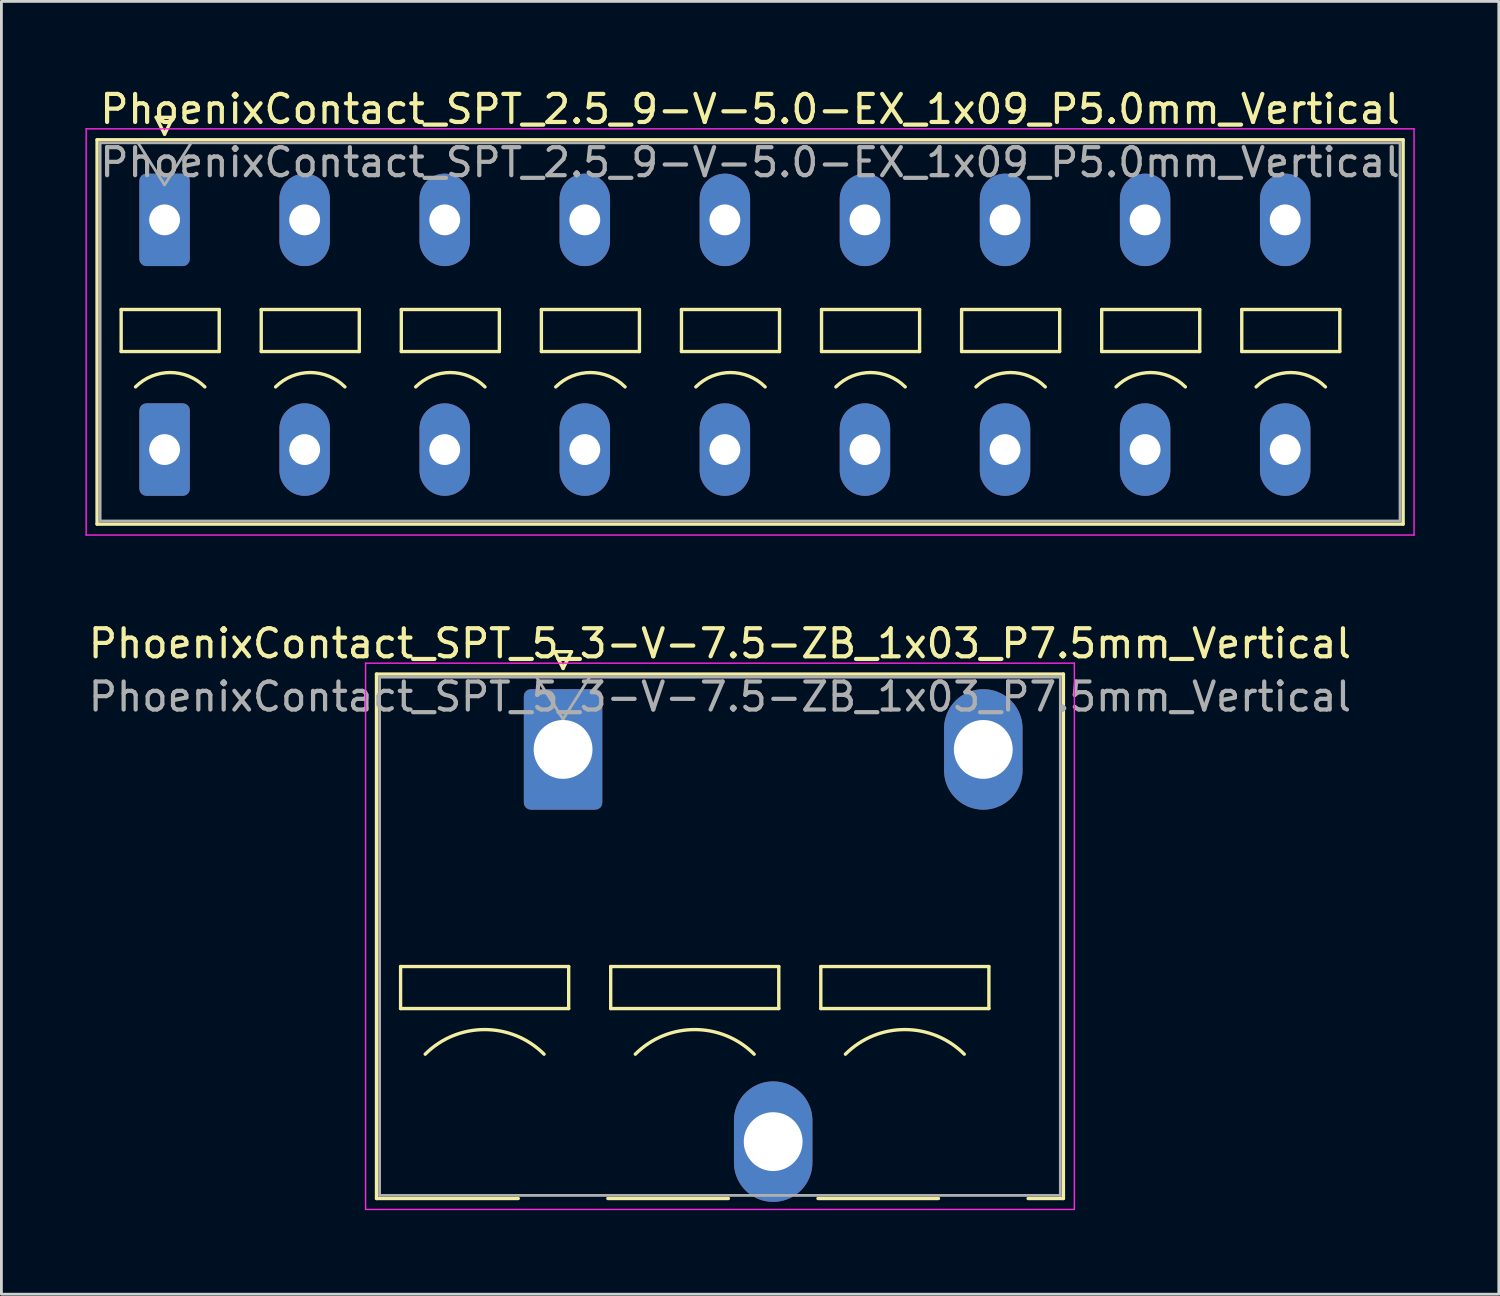
<source format=kicad_pcb>
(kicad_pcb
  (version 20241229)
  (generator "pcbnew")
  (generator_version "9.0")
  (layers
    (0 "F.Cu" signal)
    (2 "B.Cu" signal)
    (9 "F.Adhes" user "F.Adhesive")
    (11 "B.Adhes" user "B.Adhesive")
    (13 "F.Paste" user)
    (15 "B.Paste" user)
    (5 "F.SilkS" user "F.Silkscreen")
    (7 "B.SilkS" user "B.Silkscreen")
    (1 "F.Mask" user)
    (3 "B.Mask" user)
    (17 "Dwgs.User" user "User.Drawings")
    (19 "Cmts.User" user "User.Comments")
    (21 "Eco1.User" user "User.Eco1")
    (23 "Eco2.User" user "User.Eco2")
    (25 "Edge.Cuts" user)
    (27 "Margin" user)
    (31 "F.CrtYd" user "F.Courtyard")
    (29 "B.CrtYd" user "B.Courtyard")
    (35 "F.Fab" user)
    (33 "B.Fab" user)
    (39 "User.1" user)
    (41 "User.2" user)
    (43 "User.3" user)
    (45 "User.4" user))
  (footprint "PhoenixContact_SPT_2.5_9-V-5.0-EX_1x09_P5.0mm_Vertical"
    (layer "F.Cu")
    (at 2.825 4.798)
    (property "Reference" "PhoenixContact_SPT_2.5_9-V-5.0-EX_1x09_P5.0mm_Vertical" (at 20.9 -3.95 0) (layer "F.SilkS") (effects (font (size 1 1) (thickness 0.15))))
    (attr through_hole)
    (fp_line (start -2.41 -2.86) (end 44.21 -2.86) (stroke (width 0.12) (type solid)) (layer "F.SilkS"))
    (fp_line (start -2.41 10.86) (end -2.41 -2.86) (stroke (width 0.12) (type solid)) (layer "F.SilkS"))
    (fp_line (start -1.55 3.2) (end -1.55 4.7) (stroke (width 0.12) (type solid)) (layer "F.SilkS"))
    (fp_line (start -1.55 4.7) (end 1.95 4.7) (stroke (width 0.12) (type solid)) (layer "F.SilkS"))
    (fp_line (start -0.3 -3.66) (end 0 -3.06) (stroke (width 0.12) (type solid)) (layer "F.SilkS"))
    (fp_line (start -0.3 -3.66) (end 0.3 -3.66) (stroke (width 0.12) (type solid)) (layer "F.SilkS"))
    (fp_line (start 0.3 -3.66) (end 0 -3.06) (stroke (width 0.12) (type solid)) (layer "F.SilkS"))
    (fp_line (start 1.95 3.2) (end -1.55 3.2) (stroke (width 0.12) (type solid)) (layer "F.SilkS"))
    (fp_line (start 1.95 4.7) (end 1.95 3.2) (stroke (width 0.12) (type solid)) (layer "F.SilkS"))
    (fp_line (start 3.45 3.2) (end 3.45 4.7) (stroke (width 0.12) (type solid)) (layer "F.SilkS"))
    (fp_line (start 3.45 4.7) (end 6.95 4.7) (stroke (width 0.12) (type solid)) (layer "F.SilkS"))
    (fp_line (start 6.95 3.2) (end 3.45 3.2) (stroke (width 0.12) (type solid)) (layer "F.SilkS"))
    (fp_line (start 6.95 4.7) (end 6.95 3.2) (stroke (width 0.12) (type solid)) (layer "F.SilkS"))
    (fp_line (start 8.45 3.2) (end 8.45 4.7) (stroke (width 0.12) (type solid)) (layer "F.SilkS"))
    (fp_line (start 8.45 4.7) (end 11.95 4.7) (stroke (width 0.12) (type solid)) (layer "F.SilkS"))
    (fp_line (start 11.95 3.2) (end 8.45 3.2) (stroke (width 0.12) (type solid)) (layer "F.SilkS"))
    (fp_line (start 11.95 4.7) (end 11.95 3.2) (stroke (width 0.12) (type solid)) (layer "F.SilkS"))
    (fp_line (start 13.45 3.2) (end 13.45 4.7) (stroke (width 0.12) (type solid)) (layer "F.SilkS"))
    (fp_line (start 13.45 4.7) (end 16.95 4.7) (stroke (width 0.12) (type solid)) (layer "F.SilkS"))
    (fp_line (start 16.95 3.2) (end 13.45 3.2) (stroke (width 0.12) (type solid)) (layer "F.SilkS"))
    (fp_line (start 16.95 4.7) (end 16.95 3.2) (stroke (width 0.12) (type solid)) (layer "F.SilkS"))
    (fp_line (start 18.45 3.2) (end 18.45 4.7) (stroke (width 0.12) (type solid)) (layer "F.SilkS"))
    (fp_line (start 18.45 4.7) (end 21.95 4.7) (stroke (width 0.12) (type solid)) (layer "F.SilkS"))
    (fp_line (start 21.95 3.2) (end 18.45 3.2) (stroke (width 0.12) (type solid)) (layer "F.SilkS"))
    (fp_line (start 21.95 4.7) (end 21.95 3.2) (stroke (width 0.12) (type solid)) (layer "F.SilkS"))
    (fp_line (start 23.45 3.2) (end 23.45 4.7) (stroke (width 0.12) (type solid)) (layer "F.SilkS"))
    (fp_line (start 23.45 4.7) (end 26.95 4.7) (stroke (width 0.12) (type solid)) (layer "F.SilkS"))
    (fp_line (start 26.95 3.2) (end 23.45 3.2) (stroke (width 0.12) (type solid)) (layer "F.SilkS"))
    (fp_line (start 26.95 4.7) (end 26.95 3.2) (stroke (width 0.12) (type solid)) (layer "F.SilkS"))
    (fp_line (start 28.45 3.2) (end 28.45 4.7) (stroke (width 0.12) (type solid)) (layer "F.SilkS"))
    (fp_line (start 28.45 4.7) (end 31.95 4.7) (stroke (width 0.12) (type solid)) (layer "F.SilkS"))
    (fp_line (start 31.95 3.2) (end 28.45 3.2) (stroke (width 0.12) (type solid)) (layer "F.SilkS"))
    (fp_line (start 31.95 4.7) (end 31.95 3.2) (stroke (width 0.12) (type solid)) (layer "F.SilkS"))
    (fp_line (start 33.45 3.2) (end 33.45 4.7) (stroke (width 0.12) (type solid)) (layer "F.SilkS"))
    (fp_line (start 33.45 4.7) (end 36.95 4.7) (stroke (width 0.12) (type solid)) (layer "F.SilkS"))
    (fp_line (start 36.95 3.2) (end 33.45 3.2) (stroke (width 0.12) (type solid)) (layer "F.SilkS"))
    (fp_line (start 36.95 4.7) (end 36.95 3.2) (stroke (width 0.12) (type solid)) (layer "F.SilkS"))
    (fp_line (start 38.45 3.2) (end 38.45 4.7) (stroke (width 0.12) (type solid)) (layer "F.SilkS"))
    (fp_line (start 38.45 4.7) (end 41.95 4.7) (stroke (width 0.12) (type solid)) (layer "F.SilkS"))
    (fp_line (start 41.95 3.2) (end 38.45 3.2) (stroke (width 0.12) (type solid)) (layer "F.SilkS"))
    (fp_line (start 41.95 4.7) (end 41.95 3.2) (stroke (width 0.12) (type solid)) (layer "F.SilkS"))
    (fp_line (start 44.21 -2.86) (end 44.21 10.86) (stroke (width 0.12) (type solid)) (layer "F.SilkS"))
    (fp_line (start 44.21 10.86) (end -2.41 10.86) (stroke (width 0.12) (type solid)) (layer "F.SilkS"))
    (fp_arc (start -1.037437 5.962563) (mid 0.2 5.45) (end 1.437437 5.962563) (stroke (width 0.12) (type solid)) (layer "F.SilkS"))
    (fp_arc (start 3.962563 5.962563) (mid 5.2 5.45) (end 6.437437 5.962563) (stroke (width 0.12) (type solid)) (layer "F.SilkS"))
    (fp_arc (start 8.962563 5.962563) (mid 10.2 5.45) (end 11.437437 5.962563) (stroke (width 0.12) (type solid)) (layer "F.SilkS"))
    (fp_arc (start 13.962563 5.962563) (mid 15.2 5.45) (end 16.437437 5.962563) (stroke (width 0.12) (type solid)) (layer "F.SilkS"))
    (fp_arc (start 18.962563 5.962563) (mid 20.2 5.45) (end 21.437437 5.962563) (stroke (width 0.12) (type solid)) (layer "F.SilkS"))
    (fp_arc (start 23.962563 5.962563) (mid 25.2 5.45) (end 26.437437 5.962563) (stroke (width 0.12) (type solid)) (layer "F.SilkS"))
    (fp_arc (start 28.962563 5.962563) (mid 30.2 5.45) (end 31.437437 5.962563) (stroke (width 0.12) (type solid)) (layer "F.SilkS"))
    (fp_arc (start 33.962563 5.962563) (mid 35.2 5.45) (end 36.437437 5.962563) (stroke (width 0.12) (type solid)) (layer "F.SilkS"))
    (fp_arc (start 38.962563 5.962563) (mid 40.2 5.45) (end 41.437437 5.962563) (stroke (width 0.12) (type solid)) (layer "F.SilkS"))
    (fp_line (start -2.8 -3.25) (end -2.8 11.25) (stroke (width 0.05) (type solid)) (layer "F.CrtYd"))
    (fp_line (start -2.8 11.25) (end 44.6 11.25) (stroke (width 0.05) (type solid)) (layer "F.CrtYd"))
    (fp_line (start 44.6 -3.25) (end -2.8 -3.25) (stroke (width 0.05) (type solid)) (layer "F.CrtYd"))
    (fp_line (start 44.6 11.25) (end 44.6 -3.25) (stroke (width 0.05) (type solid)) (layer "F.CrtYd"))
    (fp_line (start -2.3 -2.75) (end -2.3 10.75) (stroke (width 0.1) (type solid)) (layer "F.Fab"))
    (fp_line (start -2.3 10.75) (end 44.1 10.75) (stroke (width 0.1) (type solid)) (layer "F.Fab"))
    (fp_line (start -0.95 -2.75) (end 0 -1.25) (stroke (width 0.1) (type solid)) (layer "F.Fab"))
    (fp_line (start 0.95 -2.75) (end 0 -1.25) (stroke (width 0.1) (type solid)) (layer "F.Fab"))
    (fp_line (start 44.1 -2.75) (end -2.3 -2.75) (stroke (width 0.1) (type solid)) (layer "F.Fab"))
    (fp_line (start 44.1 10.75) (end 44.1 -2.75) (stroke (width 0.1) (type solid)) (layer "F.Fab"))
    (fp_text user "${REFERENCE}" (at 20.9 -2.05 0) (layer "F.Fab") (effects (font (size 1 1) (thickness 0.15))))
    (pad "1" thru_hole roundrect (at 0 0) (size 1.8 3.3) (drill 1.1) (layers "*.Cu" "*.Mask") (roundrect_rratio 0.139))
    (pad "1" thru_hole roundrect (at 0 8.2) (size 1.8 3.3) (drill 1.1) (layers "*.Cu" "*.Mask") (roundrect_rratio 0.139))
    (pad "2" thru_hole oval (at 5 0) (size 1.8 3.3) (drill 1.1) (layers "*.Cu" "*.Mask"))
    (pad "2" thru_hole oval (at 5 8.2) (size 1.8 3.3) (drill 1.1) (layers "*.Cu" "*.Mask"))
    (pad "3" thru_hole oval (at 10 0) (size 1.8 3.3) (drill 1.1) (layers "*.Cu" "*.Mask"))
    (pad "3" thru_hole oval (at 10 8.2) (size 1.8 3.3) (drill 1.1) (layers "*.Cu" "*.Mask"))
    (pad "4" thru_hole oval (at 15 0) (size 1.8 3.3) (drill 1.1) (layers "*.Cu" "*.Mask"))
    (pad "4" thru_hole oval (at 15 8.2) (size 1.8 3.3) (drill 1.1) (layers "*.Cu" "*.Mask"))
    (pad "5" thru_hole oval (at 20 0) (size 1.8 3.3) (drill 1.1) (layers "*.Cu" "*.Mask"))
    (pad "5" thru_hole oval (at 20 8.2) (size 1.8 3.3) (drill 1.1) (layers "*.Cu" "*.Mask"))
    (pad "6" thru_hole oval (at 25 0) (size 1.8 3.3) (drill 1.1) (layers "*.Cu" "*.Mask"))
    (pad "6" thru_hole oval (at 25 8.2) (size 1.8 3.3) (drill 1.1) (layers "*.Cu" "*.Mask"))
    (pad "7" thru_hole oval (at 30 0) (size 1.8 3.3) (drill 1.1) (layers "*.Cu" "*.Mask"))
    (pad "7" thru_hole oval (at 30 8.2) (size 1.8 3.3) (drill 1.1) (layers "*.Cu" "*.Mask"))
    (pad "8" thru_hole oval (at 35 0) (size 1.8 3.3) (drill 1.1) (layers "*.Cu" "*.Mask"))
    (pad "8" thru_hole oval (at 35 8.2) (size 1.8 3.3) (drill 1.1) (layers "*.Cu" "*.Mask"))
    (pad "9" thru_hole oval (at 40 0) (size 1.8 3.3) (drill 1.1) (layers "*.Cu" "*.Mask"))
    (pad "9" thru_hole oval (at 40 8.2) (size 1.8 3.3) (drill 1.1) (layers "*.Cu" "*.Mask")))
  (footprint "PhoenixContact_SPT_5_3-V-7.5-ZB_1x03_P7.5mm_Vertical"
    (layer "F.Cu")
    (at 17.049 23.701)
    (property "Reference" "PhoenixContact_SPT_5_3-V-7.5-ZB_1x03_P7.5mm_Vertical" (at 5.6 -3.78 0) (layer "F.SilkS") (effects (font (size 1 1) (thickness 0.15))))
    (attr through_hole)
    (fp_line (start -6.66 -2.69) (end 17.86 -2.69) (stroke (width 0.12) (type solid)) (layer "F.SilkS"))
    (fp_line (start -6.66 16.03) (end -6.66 -2.69) (stroke (width 0.12) (type solid)) (layer "F.SilkS"))
    (fp_line (start -6.66 16.03) (end -1.6 16.03) (stroke (width 0.12) (type solid)) (layer "F.SilkS"))
    (fp_line (start -5.8 7.75) (end -5.8 9.25) (stroke (width 0.12) (type solid)) (layer "F.SilkS"))
    (fp_line (start -5.8 9.25) (end 0.2 9.25) (stroke (width 0.12) (type solid)) (layer "F.SilkS"))
    (fp_line (start -0.3 -3.49) (end 0 -2.89) (stroke (width 0.12) (type solid)) (layer "F.SilkS"))
    (fp_line (start -0.3 -3.49) (end 0.3 -3.49) (stroke (width 0.12) (type solid)) (layer "F.SilkS"))
    (fp_line (start 0.2 7.75) (end -5.8 7.75) (stroke (width 0.12) (type solid)) (layer "F.SilkS"))
    (fp_line (start 0.2 9.25) (end 0.2 7.75) (stroke (width 0.12) (type solid)) (layer "F.SilkS"))
    (fp_line (start 0.3 -3.49) (end 0 -2.89) (stroke (width 0.12) (type solid)) (layer "F.SilkS"))
    (fp_line (start 1.6 16.03) (end 5.9 16.03) (stroke (width 0.12) (type solid)) (layer "F.SilkS"))
    (fp_line (start 1.7 7.75) (end 1.7 9.25) (stroke (width 0.12) (type solid)) (layer "F.SilkS"))
    (fp_line (start 1.7 9.25) (end 7.7 9.25) (stroke (width 0.12) (type solid)) (layer "F.SilkS"))
    (fp_line (start 7.7 7.75) (end 1.7 7.75) (stroke (width 0.12) (type solid)) (layer "F.SilkS"))
    (fp_line (start 7.7 9.25) (end 7.7 7.75) (stroke (width 0.12) (type solid)) (layer "F.SilkS"))
    (fp_line (start 9.1 16.03) (end 13.4 16.03) (stroke (width 0.12) (type solid)) (layer "F.SilkS"))
    (fp_line (start 9.2 7.75) (end 9.2 9.25) (stroke (width 0.12) (type solid)) (layer "F.SilkS"))
    (fp_line (start 9.2 9.25) (end 15.2 9.25) (stroke (width 0.12) (type solid)) (layer "F.SilkS"))
    (fp_line (start 15.2 7.75) (end 9.2 7.75) (stroke (width 0.12) (type solid)) (layer "F.SilkS"))
    (fp_line (start 15.2 9.25) (end 15.2 7.75) (stroke (width 0.12) (type solid)) (layer "F.SilkS"))
    (fp_line (start 16.6 16.03) (end 17.86 16.03) (stroke (width 0.12) (type solid)) (layer "F.SilkS"))
    (fp_line (start 17.86 -2.69) (end 17.86 16.03) (stroke (width 0.12) (type solid)) (layer "F.SilkS"))
    (fp_arc (start -4.92132 10.87868) (mid -2.8 10) (end -0.67868 10.87868) (stroke (width 0.12) (type solid)) (layer "F.SilkS"))
    (fp_arc (start 2.57868 10.87868) (mid 4.7 10) (end 6.82132 10.87868) (stroke (width 0.12) (type solid)) (layer "F.SilkS"))
    (fp_arc (start 10.07868 10.87868) (mid 12.2 10) (end 14.32132 10.87868) (stroke (width 0.12) (type solid)) (layer "F.SilkS"))
    (fp_line (start -7.05 -3.08) (end -7.05 16.42) (stroke (width 0.05) (type solid)) (layer "F.CrtYd"))
    (fp_line (start -7.05 16.42) (end 18.25 16.42) (stroke (width 0.05) (type solid)) (layer "F.CrtYd"))
    (fp_line (start 18.25 -3.08) (end -7.05 -3.08) (stroke (width 0.05) (type solid)) (layer "F.CrtYd"))
    (fp_line (start 18.25 16.42) (end 18.25 -3.08) (stroke (width 0.05) (type solid)) (layer "F.CrtYd"))
    (fp_line (start -6.55 -2.58) (end -6.55 15.92) (stroke (width 0.1) (type solid)) (layer "F.Fab"))
    (fp_line (start -6.55 15.92) (end 17.75 15.92) (stroke (width 0.1) (type solid)) (layer "F.Fab"))
    (fp_line (start -0.95 -2.58) (end 0 -1.08) (stroke (width 0.1) (type solid)) (layer "F.Fab"))
    (fp_line (start 0.95 -2.58) (end 0 -1.08) (stroke (width 0.1) (type solid)) (layer "F.Fab"))
    (fp_line (start 17.75 -2.58) (end -6.55 -2.58) (stroke (width 0.1) (type solid)) (layer "F.Fab"))
    (fp_line (start 17.75 15.92) (end 17.75 -2.58) (stroke (width 0.1) (type solid)) (layer "F.Fab"))
    (fp_text user "${REFERENCE}" (at 5.6 -1.88 0) (layer "F.Fab") (effects (font (size 1 1) (thickness 0.15))))
    (pad "1" thru_hole roundrect (at 0 0) (size 2.8 4.3) (drill 2.1) (layers "*.Cu" "*.Mask") (roundrect_rratio 0.089))
    (pad "2" thru_hole oval (at 7.5 14) (size 2.8 4.3) (drill 2.1) (layers "*.Cu" "*.Mask"))
    (pad "3" thru_hole oval (at 15 0) (size 2.8 4.3) (drill 2.1) (layers "*.Cu" "*.Mask")))
  (gr_rect
    (start -3 -3)
    (end 50.45 43.147)
    (stroke (width 0.1) (type default))
    (fill no)
    (layer "Edge.Cuts")))
</source>
